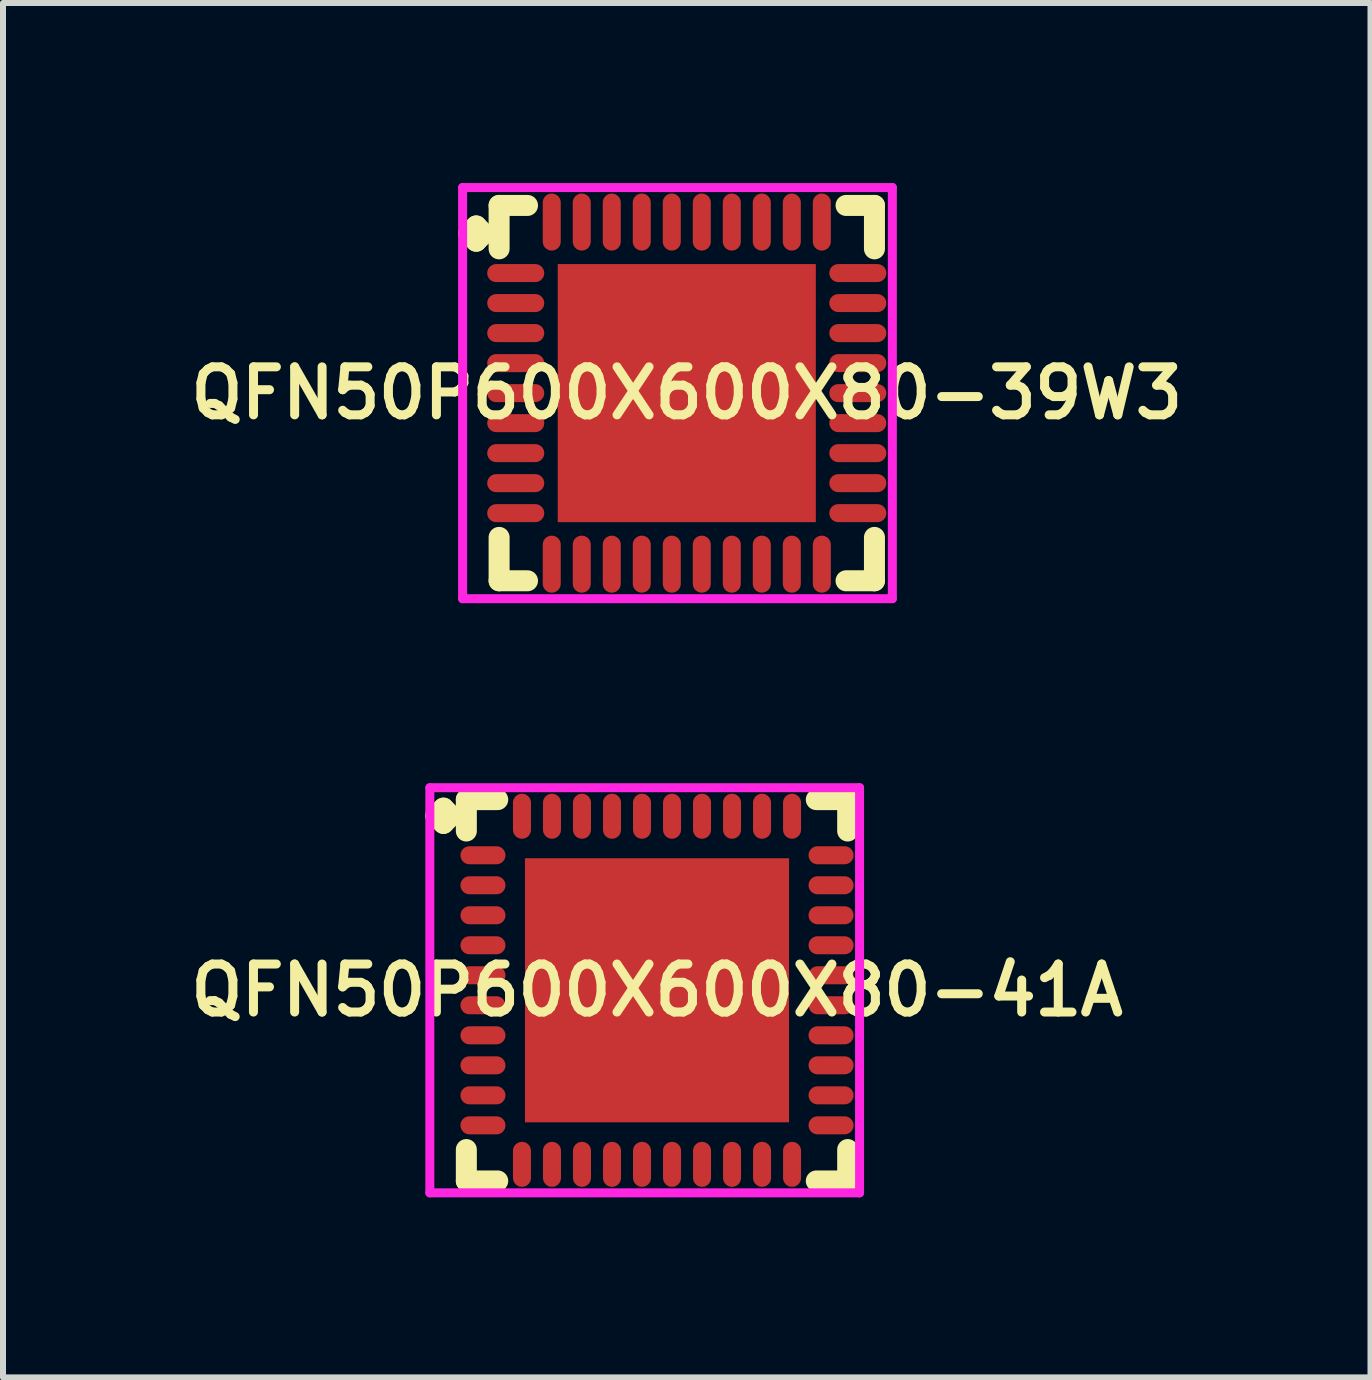
<source format=kicad_pcb>
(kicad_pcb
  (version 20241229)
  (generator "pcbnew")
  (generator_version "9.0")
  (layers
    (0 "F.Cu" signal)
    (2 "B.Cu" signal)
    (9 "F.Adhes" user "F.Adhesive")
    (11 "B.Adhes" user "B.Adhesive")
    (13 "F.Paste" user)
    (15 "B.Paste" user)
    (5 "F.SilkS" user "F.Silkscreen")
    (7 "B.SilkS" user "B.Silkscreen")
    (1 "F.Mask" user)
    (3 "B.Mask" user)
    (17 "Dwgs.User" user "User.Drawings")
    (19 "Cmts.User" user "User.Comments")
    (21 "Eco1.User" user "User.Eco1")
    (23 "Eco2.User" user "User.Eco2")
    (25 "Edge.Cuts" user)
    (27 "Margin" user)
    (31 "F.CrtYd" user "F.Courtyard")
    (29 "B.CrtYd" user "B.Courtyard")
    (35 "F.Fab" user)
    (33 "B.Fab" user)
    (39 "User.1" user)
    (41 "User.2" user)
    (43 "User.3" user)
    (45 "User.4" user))
  (footprint "QFN50P600X600X80-39W3"
    (layer "F.Cu")
    (at 8.393 3.5)
    (property "Reference" "QFN50P600X600X80-39W3" (at 0 0 0) (layer "F.SilkS") (effects (font (size 0.8 0.8) (thickness 0.15))))
    (attr smd)
    (fp_line (start -3.635 -2.658) (end -3.508 -2.785) (stroke (width 0.35) (type solid)) (layer "F.SilkS"))
    (fp_line (start -3.508 -2.785) (end -3.381 -2.658) (stroke (width 0.35) (type solid)) (layer "F.SilkS"))
    (fp_line (start -3.508 -2.531) (end -3.635 -2.658) (stroke (width 0.35) (type solid)) (layer "F.SilkS"))
    (fp_line (start -3.381 -2.658) (end -3.508 -2.531) (stroke (width 0.35) (type solid)) (layer "F.SilkS"))
    (fp_line (start -3.127 -3.127) (end -2.654 -3.127) (stroke (width 0.35) (type solid)) (layer "F.SilkS"))
    (fp_line (start -3.127 -2.404) (end -3.127 -3.127) (stroke (width 0.35) (type solid)) (layer "F.SilkS"))
    (fp_line (start -3.127 2.404) (end -3.127 3.127) (stroke (width 0.35) (type solid)) (layer "F.SilkS"))
    (fp_line (start -3.127 3.127) (end -2.654 3.127) (stroke (width 0.35) (type solid)) (layer "F.SilkS"))
    (fp_line (start 2.654 -3.127) (end 3.127 -3.127) (stroke (width 0.35) (type solid)) (layer "F.SilkS"))
    (fp_line (start 2.654 3.127) (end 3.127 3.127) (stroke (width 0.35) (type solid)) (layer "F.SilkS"))
    (fp_line (start 3.127 -3.127) (end 3.127 -2.404) (stroke (width 0.35) (type solid)) (layer "F.SilkS"))
    (fp_line (start 3.127 3.127) (end 3.127 2.404) (stroke (width 0.35) (type solid)) (layer "F.SilkS"))
    (fp_line (start -3.735 -3.425) (end 3.425 -3.425) (stroke (width 0.15) (type solid)) (layer "F.CrtYd"))
    (fp_line (start -3.735 3.425) (end -3.735 -3.425) (stroke (width 0.15) (type solid)) (layer "F.CrtYd"))
    (fp_line (start 3.425 -3.425) (end 3.425 3.425) (stroke (width 0.15) (type solid)) (layer "F.CrtYd"))
    (fp_line (start 3.425 3.425) (end -3.735 3.425) (stroke (width 0.15) (type solid)) (layer "F.CrtYd"))
    (pad "1" smd oval (at -2.85 -2) (size 0.95 0.3) (layers "F.Cu" "F.Mask" "F.Paste"))
    (pad "2" smd oval (at -2.85 -1.5) (size 0.95 0.3) (layers "F.Cu" "F.Mask" "F.Paste"))
    (pad "3" smd oval (at -2.85 -1) (size 0.95 0.3) (layers "F.Cu" "F.Mask" "F.Paste"))
    (pad "4" smd oval (at -2.85 -0.5) (size 0.95 0.3) (layers "F.Cu" "F.Mask" "F.Paste"))
    (pad "5" smd oval (at -2.85 0) (size 0.95 0.3) (layers "F.Cu" "F.Mask" "F.Paste"))
    (pad "6" smd oval (at -2.85 0.5) (size 0.95 0.3) (layers "F.Cu" "F.Mask" "F.Paste"))
    (pad "7" smd oval (at -2.85 1) (size 0.95 0.3) (layers "F.Cu" "F.Mask" "F.Paste"))
    (pad "8" smd oval (at -2.85 1.5) (size 0.95 0.3) (layers "F.Cu" "F.Mask" "F.Paste"))
    (pad "9" smd oval (at -2.85 2) (size 0.95 0.3) (layers "F.Cu" "F.Mask" "F.Paste"))
    (pad "10" smd oval (at -2.25 2.85) (size 0.3 0.95) (layers "F.Cu" "F.Mask" "F.Paste"))
    (pad "11" smd oval (at -1.75 2.85) (size 0.3 0.95) (layers "F.Cu" "F.Mask" "F.Paste"))
    (pad "12" smd oval (at -1.25 2.85) (size 0.3 0.95) (layers "F.Cu" "F.Mask" "F.Paste"))
    (pad "13" smd oval (at -0.75 2.85) (size 0.3 0.95) (layers "F.Cu" "F.Mask" "F.Paste"))
    (pad "14" smd oval (at -0.25 2.85) (size 0.3 0.95) (layers "F.Cu" "F.Mask" "F.Paste"))
    (pad "15" smd oval (at 0.25 2.85) (size 0.3 0.95) (layers "F.Cu" "F.Mask" "F.Paste"))
    (pad "16" smd oval (at 0.75 2.85) (size 0.3 0.95) (layers "F.Cu" "F.Mask" "F.Paste"))
    (pad "17" smd oval (at 1.25 2.85) (size 0.3 0.95) (layers "F.Cu" "F.Mask" "F.Paste"))
    (pad "18" smd oval (at 1.75 2.85) (size 0.3 0.95) (layers "F.Cu" "F.Mask" "F.Paste"))
    (pad "19" smd oval (at 2.25 2.85) (size 0.3 0.95) (layers "F.Cu" "F.Mask" "F.Paste"))
    (pad "20" smd oval (at 2.85 2) (size 0.95 0.3) (layers "F.Cu" "F.Mask" "F.Paste"))
    (pad "21" smd oval (at 2.85 1.5) (size 0.95 0.3) (layers "F.Cu" "F.Mask" "F.Paste"))
    (pad "22" smd oval (at 2.85 1) (size 0.95 0.3) (layers "F.Cu" "F.Mask" "F.Paste"))
    (pad "23" smd oval (at 2.85 0.5) (size 0.95 0.3) (layers "F.Cu" "F.Mask" "F.Paste"))
    (pad "24" smd oval (at 2.85 0) (size 0.95 0.3) (layers "F.Cu" "F.Mask" "F.Paste"))
    (pad "25" smd oval (at 2.85 -0.5) (size 0.95 0.3) (layers "F.Cu" "F.Mask" "F.Paste"))
    (pad "26" smd oval (at 2.85 -1) (size 0.95 0.3) (layers "F.Cu" "F.Mask" "F.Paste"))
    (pad "27" smd oval (at 2.85 -1.5) (size 0.95 0.3) (layers "F.Cu" "F.Mask" "F.Paste"))
    (pad "28" smd oval (at 2.85 -2) (size 0.95 0.3) (layers "F.Cu" "F.Mask" "F.Paste"))
    (pad "29" smd oval (at 2.25 -2.85) (size 0.3 0.95) (layers "F.Cu" "F.Mask" "F.Paste"))
    (pad "30" smd oval (at 1.75 -2.85) (size 0.3 0.95) (layers "F.Cu" "F.Mask" "F.Paste"))
    (pad "31" smd oval (at 1.25 -2.85) (size 0.3 0.95) (layers "F.Cu" "F.Mask" "F.Paste"))
    (pad "32" smd oval (at 0.75 -2.85) (size 0.3 0.95) (layers "F.Cu" "F.Mask" "F.Paste"))
    (pad "33" smd oval (at 0.25 -2.85) (size 0.3 0.95) (layers "F.Cu" "F.Mask" "F.Paste"))
    (pad "34" smd oval (at -0.25 -2.85) (size 0.3 0.95) (layers "F.Cu" "F.Mask" "F.Paste"))
    (pad "35" smd oval (at -0.75 -2.85) (size 0.3 0.95) (layers "F.Cu" "F.Mask" "F.Paste"))
    (pad "36" smd oval (at -1.25 -2.85) (size 0.3 0.95) (layers "F.Cu" "F.Mask" "F.Paste"))
    (pad "37" smd oval (at -1.75 -2.85) (size 0.3 0.95) (layers "F.Cu" "F.Mask" "F.Paste"))
    (pad "38" smd oval (at -2.25 -2.85) (size 0.3 0.95) (layers "F.Cu" "F.Mask" "F.Paste"))
    (pad "39" smd rect (at 0 0) (size 4.3 4.3) (layers "F.Cu" "F.Mask" "F.Paste")))
  (footprint "QFN50P600X600X80-41A"
    (layer "F.Cu")
    (at 7.897 13.45)
    (property "Reference" "QFN50P600X600X80-41A" (at 0 0 0) (layer "F.SilkS") (effects (font (size 0.8 0.8) (thickness 0.15))))
    (attr smd)
    (fp_line (start -3.685 -2.908) (end -3.558 -3.035) (stroke (width 0.35) (type solid)) (layer "F.SilkS"))
    (fp_line (start -3.558 -3.035) (end -3.431 -2.908) (stroke (width 0.35) (type solid)) (layer "F.SilkS"))
    (fp_line (start -3.558 -2.781) (end -3.685 -2.908) (stroke (width 0.35) (type solid)) (layer "F.SilkS"))
    (fp_line (start -3.431 -2.908) (end -3.558 -2.781) (stroke (width 0.35) (type solid)) (layer "F.SilkS"))
    (fp_line (start -3.177 -3.177) (end -2.654 -3.177) (stroke (width 0.35) (type solid)) (layer "F.SilkS"))
    (fp_line (start -3.177 -2.654) (end -3.177 -3.177) (stroke (width 0.35) (type solid)) (layer "F.SilkS"))
    (fp_line (start -3.177 2.654) (end -3.177 3.177) (stroke (width 0.35) (type solid)) (layer "F.SilkS"))
    (fp_line (start -3.177 3.177) (end -2.654 3.177) (stroke (width 0.35) (type solid)) (layer "F.SilkS"))
    (fp_line (start 2.654 -3.177) (end 3.177 -3.177) (stroke (width 0.35) (type solid)) (layer "F.SilkS"))
    (fp_line (start 2.654 3.177) (end 3.177 3.177) (stroke (width 0.35) (type solid)) (layer "F.SilkS"))
    (fp_line (start 3.177 -3.177) (end 3.177 -2.654) (stroke (width 0.35) (type solid)) (layer "F.SilkS"))
    (fp_line (start 3.177 3.177) (end 3.177 2.654) (stroke (width 0.35) (type solid)) (layer "F.SilkS"))
    (fp_line (start -3.785 -3.375) (end 3.375 -3.375) (stroke (width 0.15) (type solid)) (layer "F.CrtYd"))
    (fp_line (start -3.785 3.375) (end -3.785 -3.375) (stroke (width 0.15) (type solid)) (layer "F.CrtYd"))
    (fp_line (start 3.375 -3.375) (end 3.375 3.375) (stroke (width 0.15) (type solid)) (layer "F.CrtYd"))
    (fp_line (start 3.375 3.375) (end -3.785 3.375) (stroke (width 0.15) (type solid)) (layer "F.CrtYd"))
    (pad "1" smd oval (at -2.9 -2.25) (size 0.75 0.3) (layers "F.Cu" "F.Mask" "F.Paste"))
    (pad "2" smd oval (at -2.9 -1.75) (size 0.75 0.3) (layers "F.Cu" "F.Mask" "F.Paste"))
    (pad "3" smd oval (at -2.9 -1.25) (size 0.75 0.3) (layers "F.Cu" "F.Mask" "F.Paste"))
    (pad "4" smd oval (at -2.9 -0.75) (size 0.75 0.3) (layers "F.Cu" "F.Mask" "F.Paste"))
    (pad "5" smd oval (at -2.9 -0.25) (size 0.75 0.3) (layers "F.Cu" "F.Mask" "F.Paste"))
    (pad "6" smd oval (at -2.9 0.25) (size 0.75 0.3) (layers "F.Cu" "F.Mask" "F.Paste"))
    (pad "7" smd oval (at -2.9 0.75) (size 0.75 0.3) (layers "F.Cu" "F.Mask" "F.Paste"))
    (pad "8" smd oval (at -2.9 1.25) (size 0.75 0.3) (layers "F.Cu" "F.Mask" "F.Paste"))
    (pad "9" smd oval (at -2.9 1.75) (size 0.75 0.3) (layers "F.Cu" "F.Mask" "F.Paste"))
    (pad "10" smd oval (at -2.9 2.25) (size 0.75 0.3) (layers "F.Cu" "F.Mask" "F.Paste"))
    (pad "11" smd oval (at -2.25 2.9) (size 0.3 0.75) (layers "F.Cu" "F.Mask" "F.Paste"))
    (pad "12" smd oval (at -1.75 2.9) (size 0.3 0.75) (layers "F.Cu" "F.Mask" "F.Paste"))
    (pad "13" smd oval (at -1.25 2.9) (size 0.3 0.75) (layers "F.Cu" "F.Mask" "F.Paste"))
    (pad "14" smd oval (at -0.75 2.9) (size 0.3 0.75) (layers "F.Cu" "F.Mask" "F.Paste"))
    (pad "15" smd oval (at -0.25 2.9) (size 0.3 0.75) (layers "F.Cu" "F.Mask" "F.Paste"))
    (pad "16" smd oval (at 0.25 2.9) (size 0.3 0.75) (layers "F.Cu" "F.Mask" "F.Paste"))
    (pad "17" smd oval (at 0.75 2.9) (size 0.3 0.75) (layers "F.Cu" "F.Mask" "F.Paste"))
    (pad "18" smd oval (at 1.25 2.9) (size 0.3 0.75) (layers "F.Cu" "F.Mask" "F.Paste"))
    (pad "19" smd oval (at 1.75 2.9) (size 0.3 0.75) (layers "F.Cu" "F.Mask" "F.Paste"))
    (pad "20" smd oval (at 2.25 2.9) (size 0.3 0.75) (layers "F.Cu" "F.Mask" "F.Paste"))
    (pad "21" smd oval (at 2.9 2.25) (size 0.75 0.3) (layers "F.Cu" "F.Mask" "F.Paste"))
    (pad "22" smd oval (at 2.9 1.75) (size 0.75 0.3) (layers "F.Cu" "F.Mask" "F.Paste"))
    (pad "23" smd oval (at 2.9 1.25) (size 0.75 0.3) (layers "F.Cu" "F.Mask" "F.Paste"))
    (pad "24" smd oval (at 2.9 0.75) (size 0.75 0.3) (layers "F.Cu" "F.Mask" "F.Paste"))
    (pad "25" smd oval (at 2.9 0.25) (size 0.75 0.3) (layers "F.Cu" "F.Mask" "F.Paste"))
    (pad "26" smd oval (at 2.9 -0.25) (size 0.75 0.3) (layers "F.Cu" "F.Mask" "F.Paste"))
    (pad "27" smd oval (at 2.9 -0.75) (size 0.75 0.3) (layers "F.Cu" "F.Mask" "F.Paste"))
    (pad "28" smd oval (at 2.9 -1.25) (size 0.75 0.3) (layers "F.Cu" "F.Mask" "F.Paste"))
    (pad "29" smd oval (at 2.9 -1.75) (size 0.75 0.3) (layers "F.Cu" "F.Mask" "F.Paste"))
    (pad "30" smd oval (at 2.9 -2.25) (size 0.75 0.3) (layers "F.Cu" "F.Mask" "F.Paste"))
    (pad "31" smd oval (at 2.25 -2.9) (size 0.3 0.75) (layers "F.Cu" "F.Mask" "F.Paste"))
    (pad "32" smd oval (at 1.75 -2.9) (size 0.3 0.75) (layers "F.Cu" "F.Mask" "F.Paste"))
    (pad "33" smd oval (at 1.25 -2.9) (size 0.3 0.75) (layers "F.Cu" "F.Mask" "F.Paste"))
    (pad "34" smd oval (at 0.75 -2.9) (size 0.3 0.75) (layers "F.Cu" "F.Mask" "F.Paste"))
    (pad "35" smd oval (at 0.25 -2.9) (size 0.3 0.75) (layers "F.Cu" "F.Mask" "F.Paste"))
    (pad "36" smd oval (at -0.25 -2.9) (size 0.3 0.75) (layers "F.Cu" "F.Mask" "F.Paste"))
    (pad "37" smd oval (at -0.75 -2.9) (size 0.3 0.75) (layers "F.Cu" "F.Mask" "F.Paste"))
    (pad "38" smd oval (at -1.25 -2.9) (size 0.3 0.75) (layers "F.Cu" "F.Mask" "F.Paste"))
    (pad "39" smd oval (at -1.75 -2.9) (size 0.3 0.75) (layers "F.Cu" "F.Mask" "F.Paste"))
    (pad "40" smd oval (at -2.25 -2.9) (size 0.3 0.75) (layers "F.Cu" "F.Mask" "F.Paste"))
    (pad "41" smd rect (at 0 0) (size 4.4 4.4) (layers "F.Cu" "F.Mask" "F.Paste")))
  (gr_rect
    (start -3 -3)
    (end 19.785 19.9)
    (stroke (width 0.1) (type default))
    (fill no)
    (layer "Edge.Cuts")))
</source>
